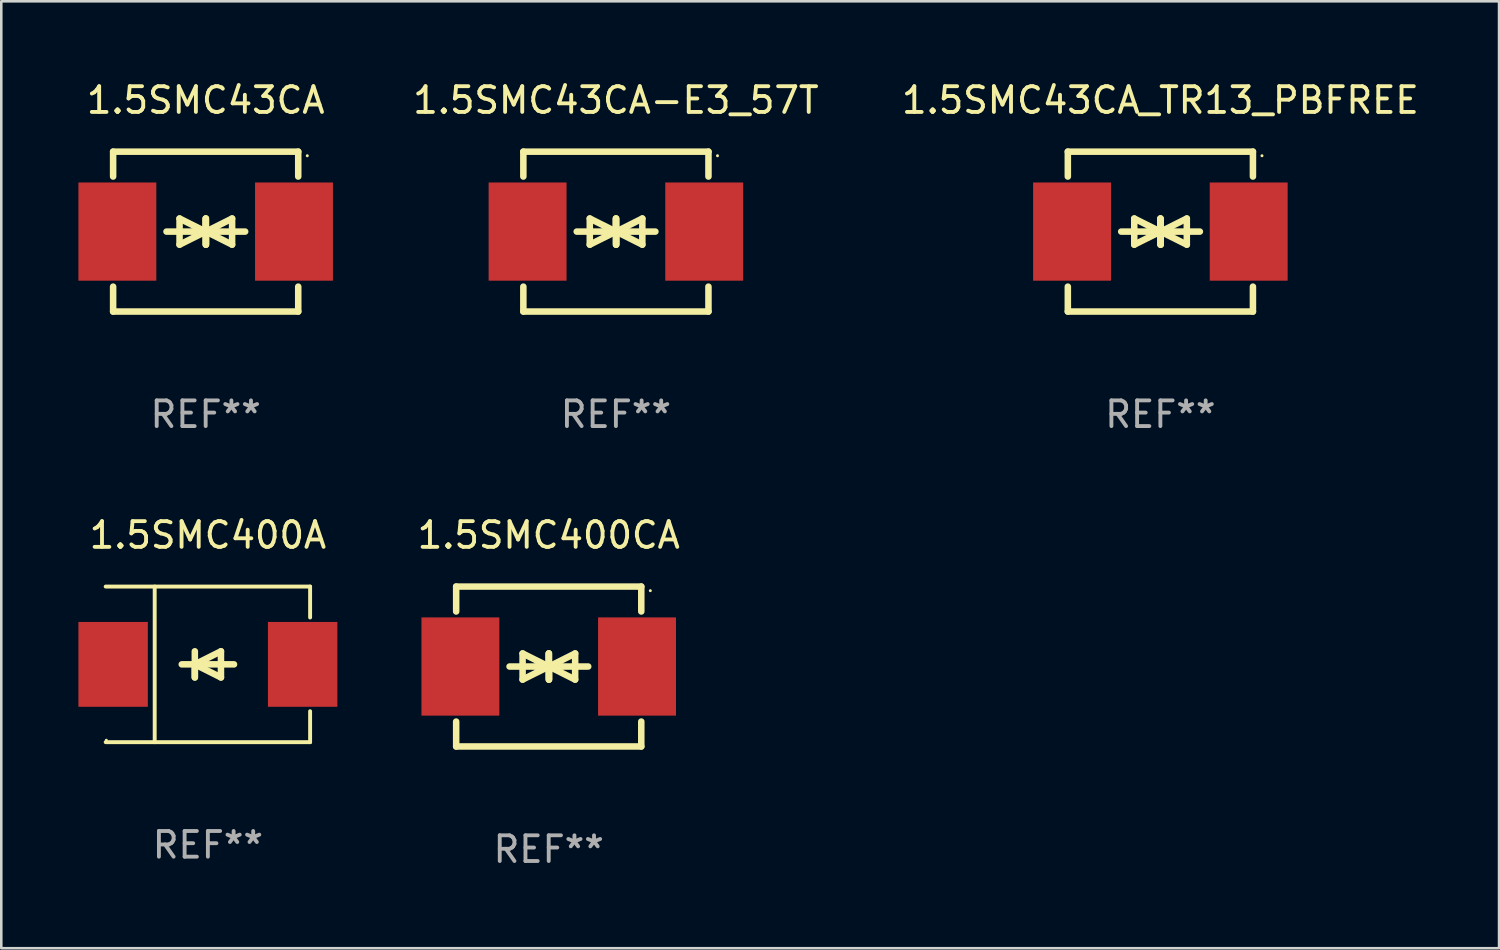
<source format=kicad_pcb>
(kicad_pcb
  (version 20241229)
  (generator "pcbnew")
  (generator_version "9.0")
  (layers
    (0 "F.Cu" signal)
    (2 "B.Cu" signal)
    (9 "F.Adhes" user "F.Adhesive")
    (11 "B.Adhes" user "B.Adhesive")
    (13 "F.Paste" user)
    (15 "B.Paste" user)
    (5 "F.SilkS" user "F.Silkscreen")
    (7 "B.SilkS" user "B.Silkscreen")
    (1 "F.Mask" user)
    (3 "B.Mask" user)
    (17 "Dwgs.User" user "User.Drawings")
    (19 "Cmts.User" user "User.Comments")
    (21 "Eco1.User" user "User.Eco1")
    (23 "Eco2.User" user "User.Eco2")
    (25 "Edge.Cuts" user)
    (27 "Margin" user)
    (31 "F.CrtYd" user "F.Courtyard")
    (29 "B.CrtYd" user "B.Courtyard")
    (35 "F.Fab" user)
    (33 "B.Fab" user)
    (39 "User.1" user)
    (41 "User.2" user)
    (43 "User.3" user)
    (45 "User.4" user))
  (footprint "1.5SMC400CA"
    (layer "F.Cu")
    (at 18.293 22.875)
    (property "Reference" "1.5SMC400CA" (at 0 -5.11 0) (layer "F.SilkS") (effects (font (size 1 1) (thickness 0.15))))
    (attr through_hole)
    (fp_line (start -3.6 -2.141) (end -3.6 -3.11) (stroke (width 0.254) (type solid)) (layer "F.SilkS"))
    (fp_line (start -3.6 3.11) (end -3.6 2.141) (stroke (width 0.254) (type solid)) (layer "F.SilkS"))
    (fp_line (start -1.524 0) (end 0.508 0) (stroke (width 0.254) (type solid)) (layer "F.SilkS"))
    (fp_line (start -1.016 -0.508) (end -1.016 0.508) (stroke (width 0.254) (type solid)) (layer "F.SilkS"))
    (fp_line (start -1.016 0.508) (end 0 0) (stroke (width 0.254) (type solid)) (layer "F.SilkS"))
    (fp_line (start 0 -0.508) (end 0 0.508) (stroke (width 0.254) (type solid)) (layer "F.SilkS"))
    (fp_line (start 0 0) (end -1.016 -0.508) (stroke (width 0.254) (type solid)) (layer "F.SilkS"))
    (fp_line (start 0 0) (end 0 -0.508) (stroke (width 0.254) (type solid)) (layer "F.SilkS"))
    (fp_line (start 0.012 0) (end 0.012 0.508) (stroke (width 0.254) (type solid)) (layer "F.SilkS"))
    (fp_line (start 0.012 0) (end 1.028 0.508) (stroke (width 0.254) (type solid)) (layer "F.SilkS"))
    (fp_line (start 0.012 0.508) (end 0.012 -0.508) (stroke (width 0.254) (type solid)) (layer "F.SilkS"))
    (fp_line (start 1.028 -0.508) (end 0.012 0) (stroke (width 0.254) (type solid)) (layer "F.SilkS"))
    (fp_line (start 1.028 0.508) (end 1.028 -0.508) (stroke (width 0.254) (type solid)) (layer "F.SilkS"))
    (fp_line (start 1.536 0) (end -0.496 0) (stroke (width 0.254) (type solid)) (layer "F.SilkS"))
    (fp_line (start 3.6 -3.11) (end -3.6 -3.11) (stroke (width 0.254) (type solid)) (layer "F.SilkS"))
    (fp_line (start 3.6 -2.141) (end 3.6 -3.11) (stroke (width 0.254) (type solid)) (layer "F.SilkS"))
    (fp_line (start 3.6 3.11) (end -3.6 3.11) (stroke (width 0.254) (type solid)) (layer "F.SilkS"))
    (fp_line (start 3.6 3.11) (end 3.6 2.141) (stroke (width 0.254) (type solid)) (layer "F.SilkS"))
    (fp_circle (center 3.952 -2.95) (end 3.982 -2.95) (stroke (width 0.06) (type solid)) (fill no) (layer "F.SilkS"))
    (fp_text user "REF**" (at 0 7.11 0) (layer "F.Fab") (effects (font (size 1 1) (thickness 0.15))))
    (pad "1" smd rect (at 3.435 0) (size 3.03 3.82) (layers "F.Cu" "F.Mask" "F.Paste"))
    (pad "2" smd rect (at -3.435 0) (size 3.03 3.82) (layers "F.Cu" "F.Mask" "F.Paste")))
  (footprint "1.5SMC400A"
    (layer "F.Cu")
    (at 5.036 22.791)
    (property "Reference" "1.5SMC400A" (at 0 -5.026 0) (layer "F.SilkS") (effects (font (size 1 1) (thickness 0.15))))
    (attr through_hole)
    (fp_line (start -3.976 -3.026) (end 3.976 -3.026) (stroke (width 0.152) (type solid)) (layer "F.SilkS"))
    (fp_line (start -3.976 3.026) (end 3.976 3.026) (stroke (width 0.152) (type solid)) (layer "F.SilkS"))
    (fp_line (start -2.069 -3.026) (end -2.069 3.026) (stroke (width 0.152) (type solid)) (layer "F.SilkS"))
    (fp_line (start -0.508 0) (end -0.508 0.508) (stroke (width 0.254) (type solid)) (layer "F.SilkS"))
    (fp_line (start -0.508 0) (end 0.508 0.508) (stroke (width 0.254) (type solid)) (layer "F.SilkS"))
    (fp_line (start -0.508 0.508) (end -0.508 -0.508) (stroke (width 0.254) (type solid)) (layer "F.SilkS"))
    (fp_line (start 0.508 -0.508) (end -0.508 0) (stroke (width 0.254) (type solid)) (layer "F.SilkS"))
    (fp_line (start 0.508 0.508) (end 0.508 -0.508) (stroke (width 0.254) (type solid)) (layer "F.SilkS"))
    (fp_line (start 1.016 0) (end -1.016 0) (stroke (width 0.254) (type solid)) (layer "F.SilkS"))
    (fp_line (start 3.976 -3.026) (end 3.976 -1.823) (stroke (width 0.152) (type solid)) (layer "F.SilkS"))
    (fp_line (start 3.976 3.026) (end 3.976 1.823) (stroke (width 0.152) (type solid)) (layer "F.SilkS"))
    (fp_circle (center -3.95 2.95) (end -3.92 2.95) (stroke (width 0.06) (type solid)) (fill no) (layer "F.SilkS"))
    (fp_text user "REF**" (at 0 7.026 0) (layer "F.Fab") (effects (font (size 1 1) (thickness 0.15))))
    (pad "1" smd rect (at -3.686 0) (size 2.7 3.3) (layers "F.Cu" "F.Mask" "F.Paste"))
    (pad "2" smd rect (at 3.686 0) (size 2.7 3.3) (layers "F.Cu" "F.Mask" "F.Paste")))
  (footprint "1.5SMC43CA_TR13_PBFREE"
    (layer "F.Cu")
    (at 42.084 5.958)
    (property "Reference" "1.5SMC43CA_TR13_PBFREE" (at 0 -5.11 0) (layer "F.SilkS") (effects (font (size 1 1) (thickness 0.15))))
    (attr through_hole)
    (fp_line (start -3.6 -2.141) (end -3.6 -3.11) (stroke (width 0.254) (type solid)) (layer "F.SilkS"))
    (fp_line (start -3.6 3.11) (end -3.6 2.141) (stroke (width 0.254) (type solid)) (layer "F.SilkS"))
    (fp_line (start -1.524 0) (end 0.508 0) (stroke (width 0.254) (type solid)) (layer "F.SilkS"))
    (fp_line (start -1.016 -0.508) (end -1.016 0.508) (stroke (width 0.254) (type solid)) (layer "F.SilkS"))
    (fp_line (start -1.016 0.508) (end 0 0) (stroke (width 0.254) (type solid)) (layer "F.SilkS"))
    (fp_line (start 0 -0.508) (end 0 0.508) (stroke (width 0.254) (type solid)) (layer "F.SilkS"))
    (fp_line (start 0 0) (end -1.016 -0.508) (stroke (width 0.254) (type solid)) (layer "F.SilkS"))
    (fp_line (start 0 0) (end 0 -0.508) (stroke (width 0.254) (type solid)) (layer "F.SilkS"))
    (fp_line (start 0.012 0) (end 0.012 0.508) (stroke (width 0.254) (type solid)) (layer "F.SilkS"))
    (fp_line (start 0.012 0) (end 1.028 0.508) (stroke (width 0.254) (type solid)) (layer "F.SilkS"))
    (fp_line (start 0.012 0.508) (end 0.012 -0.508) (stroke (width 0.254) (type solid)) (layer "F.SilkS"))
    (fp_line (start 1.028 -0.508) (end 0.012 0) (stroke (width 0.254) (type solid)) (layer "F.SilkS"))
    (fp_line (start 1.028 0.508) (end 1.028 -0.508) (stroke (width 0.254) (type solid)) (layer "F.SilkS"))
    (fp_line (start 1.536 0) (end -0.496 0) (stroke (width 0.254) (type solid)) (layer "F.SilkS"))
    (fp_line (start 3.6 -3.11) (end -3.6 -3.11) (stroke (width 0.254) (type solid)) (layer "F.SilkS"))
    (fp_line (start 3.6 -2.141) (end 3.6 -3.11) (stroke (width 0.254) (type solid)) (layer "F.SilkS"))
    (fp_line (start 3.6 3.11) (end -3.6 3.11) (stroke (width 0.254) (type solid)) (layer "F.SilkS"))
    (fp_line (start 3.6 3.11) (end 3.6 2.141) (stroke (width 0.254) (type solid)) (layer "F.SilkS"))
    (fp_circle (center 3.952 -2.95) (end 3.982 -2.95) (stroke (width 0.06) (type solid)) (fill no) (layer "F.SilkS"))
    (fp_text user "REF**" (at 0 7.11 0) (layer "F.Fab") (effects (font (size 1 1) (thickness 0.15))))
    (pad "1" smd rect (at 3.435 0) (size 3.03 3.82) (layers "F.Cu" "F.Mask" "F.Paste"))
    (pad "2" smd rect (at -3.435 0) (size 3.03 3.82) (layers "F.Cu" "F.Mask" "F.Paste")))
  (footprint "1.5SMC43CA-E3_57T"
    (layer "F.Cu")
    (at 20.906 5.958)
    (property "Reference" "1.5SMC43CA-E3_57T" (at 0 -5.11 0) (layer "F.SilkS") (effects (font (size 1 1) (thickness 0.15))))
    (attr through_hole)
    (fp_line (start -3.6 -2.141) (end -3.6 -3.11) (stroke (width 0.254) (type solid)) (layer "F.SilkS"))
    (fp_line (start -3.6 3.11) (end -3.6 2.141) (stroke (width 0.254) (type solid)) (layer "F.SilkS"))
    (fp_line (start -1.524 0) (end 0.508 0) (stroke (width 0.254) (type solid)) (layer "F.SilkS"))
    (fp_line (start -1.016 -0.508) (end -1.016 0.508) (stroke (width 0.254) (type solid)) (layer "F.SilkS"))
    (fp_line (start -1.016 0.508) (end 0 0) (stroke (width 0.254) (type solid)) (layer "F.SilkS"))
    (fp_line (start 0 -0.508) (end 0 0.508) (stroke (width 0.254) (type solid)) (layer "F.SilkS"))
    (fp_line (start 0 0) (end -1.016 -0.508) (stroke (width 0.254) (type solid)) (layer "F.SilkS"))
    (fp_line (start 0 0) (end 0 -0.508) (stroke (width 0.254) (type solid)) (layer "F.SilkS"))
    (fp_line (start 0.012 0) (end 0.012 0.508) (stroke (width 0.254) (type solid)) (layer "F.SilkS"))
    (fp_line (start 0.012 0) (end 1.028 0.508) (stroke (width 0.254) (type solid)) (layer "F.SilkS"))
    (fp_line (start 0.012 0.508) (end 0.012 -0.508) (stroke (width 0.254) (type solid)) (layer "F.SilkS"))
    (fp_line (start 1.028 -0.508) (end 0.012 0) (stroke (width 0.254) (type solid)) (layer "F.SilkS"))
    (fp_line (start 1.028 0.508) (end 1.028 -0.508) (stroke (width 0.254) (type solid)) (layer "F.SilkS"))
    (fp_line (start 1.536 0) (end -0.496 0) (stroke (width 0.254) (type solid)) (layer "F.SilkS"))
    (fp_line (start 3.6 -3.11) (end -3.6 -3.11) (stroke (width 0.254) (type solid)) (layer "F.SilkS"))
    (fp_line (start 3.6 -2.141) (end 3.6 -3.11) (stroke (width 0.254) (type solid)) (layer "F.SilkS"))
    (fp_line (start 3.6 3.11) (end -3.6 3.11) (stroke (width 0.254) (type solid)) (layer "F.SilkS"))
    (fp_line (start 3.6 3.11) (end 3.6 2.141) (stroke (width 0.254) (type solid)) (layer "F.SilkS"))
    (fp_circle (center 3.952 -2.95) (end 3.982 -2.95) (stroke (width 0.06) (type solid)) (fill no) (layer "F.SilkS"))
    (fp_text user "REF**" (at 0 7.11 0) (layer "F.Fab") (effects (font (size 1 1) (thickness 0.15))))
    (pad "1" smd rect (at 3.435 0) (size 3.03 3.82) (layers "F.Cu" "F.Mask" "F.Paste"))
    (pad "2" smd rect (at -3.435 0) (size 3.03 3.82) (layers "F.Cu" "F.Mask" "F.Paste")))
  (footprint "1.5SMC43CA"
    (layer "F.Cu")
    (at 4.95 5.958)
    (property "Reference" "1.5SMC43CA" (at 0 -5.11 0) (layer "F.SilkS") (effects (font (size 1 1) (thickness 0.15))))
    (attr through_hole)
    (fp_line (start -3.6 -2.141) (end -3.6 -3.11) (stroke (width 0.254) (type solid)) (layer "F.SilkS"))
    (fp_line (start -3.6 3.11) (end -3.6 2.141) (stroke (width 0.254) (type solid)) (layer "F.SilkS"))
    (fp_line (start -1.524 0) (end 0.508 0) (stroke (width 0.254) (type solid)) (layer "F.SilkS"))
    (fp_line (start -1.016 -0.508) (end -1.016 0.508) (stroke (width 0.254) (type solid)) (layer "F.SilkS"))
    (fp_line (start -1.016 0.508) (end 0 0) (stroke (width 0.254) (type solid)) (layer "F.SilkS"))
    (fp_line (start 0 -0.508) (end 0 0.508) (stroke (width 0.254) (type solid)) (layer "F.SilkS"))
    (fp_line (start 0 0) (end -1.016 -0.508) (stroke (width 0.254) (type solid)) (layer "F.SilkS"))
    (fp_line (start 0 0) (end 0 -0.508) (stroke (width 0.254) (type solid)) (layer "F.SilkS"))
    (fp_line (start 0.012 0) (end 0.012 0.508) (stroke (width 0.254) (type solid)) (layer "F.SilkS"))
    (fp_line (start 0.012 0) (end 1.028 0.508) (stroke (width 0.254) (type solid)) (layer "F.SilkS"))
    (fp_line (start 0.012 0.508) (end 0.012 -0.508) (stroke (width 0.254) (type solid)) (layer "F.SilkS"))
    (fp_line (start 1.028 -0.508) (end 0.012 0) (stroke (width 0.254) (type solid)) (layer "F.SilkS"))
    (fp_line (start 1.028 0.508) (end 1.028 -0.508) (stroke (width 0.254) (type solid)) (layer "F.SilkS"))
    (fp_line (start 1.536 0) (end -0.496 0) (stroke (width 0.254) (type solid)) (layer "F.SilkS"))
    (fp_line (start 3.6 -3.11) (end -3.6 -3.11) (stroke (width 0.254) (type solid)) (layer "F.SilkS"))
    (fp_line (start 3.6 -2.141) (end 3.6 -3.11) (stroke (width 0.254) (type solid)) (layer "F.SilkS"))
    (fp_line (start 3.6 3.11) (end -3.6 3.11) (stroke (width 0.254) (type solid)) (layer "F.SilkS"))
    (fp_line (start 3.6 3.11) (end 3.6 2.141) (stroke (width 0.254) (type solid)) (layer "F.SilkS"))
    (fp_circle (center 3.952 -2.95) (end 3.982 -2.95) (stroke (width 0.06) (type solid)) (fill no) (layer "F.SilkS"))
    (fp_text user "REF**" (at 0 7.11 0) (layer "F.Fab") (effects (font (size 1 1) (thickness 0.15))))
    (pad "1" smd rect (at 3.435 0) (size 3.03 3.82) (layers "F.Cu" "F.Mask" "F.Paste"))
    (pad "2" smd rect (at -3.435 0) (size 3.03 3.82) (layers "F.Cu" "F.Mask" "F.Paste")))
  (gr_rect
    (start -3 -3)
    (end 55.257 33.833)
    (stroke (width 0.1) (type default))
    (fill no)
    (layer "Edge.Cuts")))
</source>
